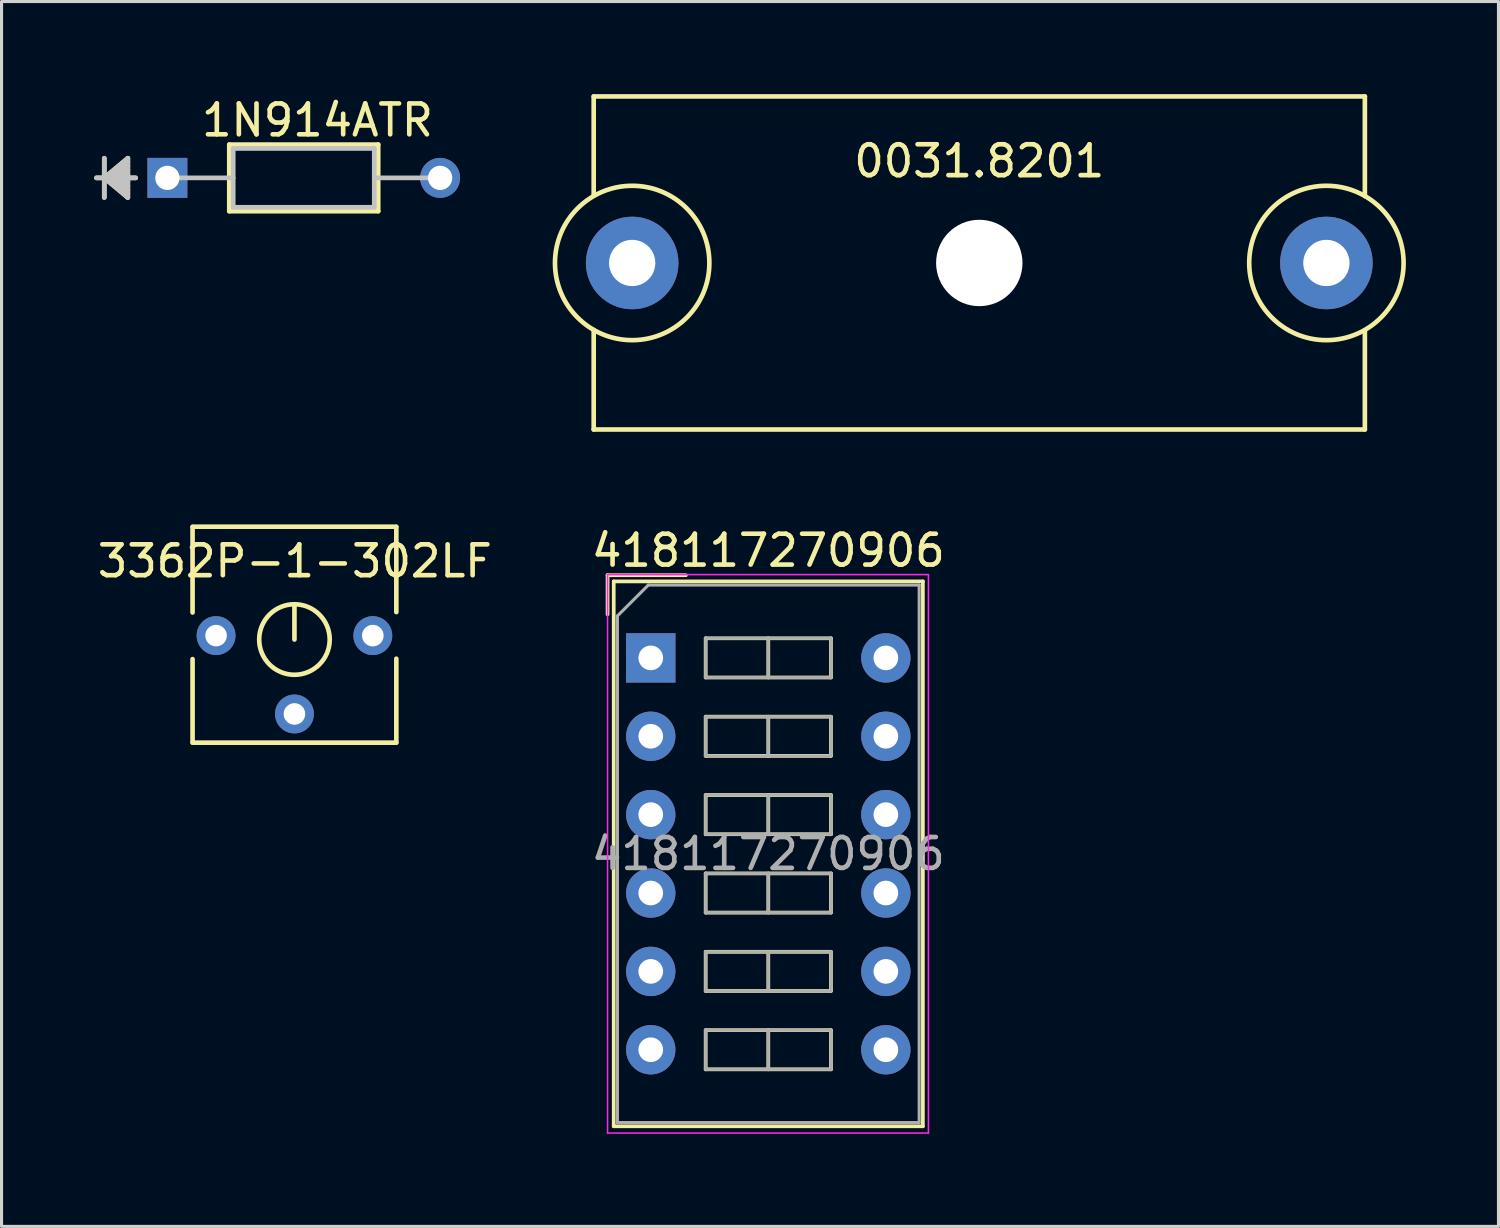
<source format=kicad_pcb>
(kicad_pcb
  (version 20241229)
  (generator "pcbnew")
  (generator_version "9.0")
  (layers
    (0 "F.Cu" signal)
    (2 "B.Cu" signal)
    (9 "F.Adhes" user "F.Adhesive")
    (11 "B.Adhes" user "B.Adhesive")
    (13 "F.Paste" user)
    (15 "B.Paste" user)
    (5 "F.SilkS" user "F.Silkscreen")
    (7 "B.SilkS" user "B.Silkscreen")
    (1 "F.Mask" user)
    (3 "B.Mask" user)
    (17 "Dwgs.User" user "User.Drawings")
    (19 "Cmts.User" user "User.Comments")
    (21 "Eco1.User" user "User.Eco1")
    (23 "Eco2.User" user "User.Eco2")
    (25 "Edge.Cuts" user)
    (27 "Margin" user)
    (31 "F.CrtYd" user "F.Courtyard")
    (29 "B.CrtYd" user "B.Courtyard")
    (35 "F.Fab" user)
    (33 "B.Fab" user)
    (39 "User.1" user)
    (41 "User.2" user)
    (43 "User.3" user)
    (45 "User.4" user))
  (footprint "0031.8201"
    (layer "F.Cu")
    (at 28.689 5.473)
    (property "Reference" "0031.8201" (at 0 -3.302 0) (layer "F.SilkS") (effects (font (size 1 1) (thickness 0.15))))
    (attr through_hole)
    (fp_line (start -12.497 -5.397) (end -12.497 -2.184) (stroke (width 0.15) (type solid)) (layer "F.SilkS"))
    (fp_line (start -12.497 -5.397) (end 12.497 -5.397) (stroke (width 0.15) (type solid)) (layer "F.SilkS"))
    (fp_line (start -12.497 5.397) (end -12.497 2.172) (stroke (width 0.15) (type solid)) (layer "F.SilkS"))
    (fp_line (start 12.497 -5.397) (end 12.497 -2.172) (stroke (width 0.15) (type solid)) (layer "F.SilkS"))
    (fp_line (start 12.497 5.397) (end -12.497 5.397) (stroke (width 0.15) (type solid)) (layer "F.SilkS"))
    (fp_line (start 12.497 5.397) (end 12.497 2.197) (stroke (width 0.15) (type solid)) (layer "F.SilkS"))
    (fp_circle (center -11.25 0) (end -11.25 2.502) (stroke (width 0.15) (type solid)) (fill no) (layer "F.SilkS"))
    (fp_circle (center 11.25 0) (end 11.25 2.502) (stroke (width 0.15) (type solid)) (fill no) (layer "F.SilkS"))
    (pad "" np_thru_hole circle (at 0 0) (size 2.8 2.8) (drill 2.8) (layers "*.Cu" "*.Mask"))
    (pad "1" thru_hole circle (at -11.25 0) (size 3 3) (drill 1.5) (layers "*.Cu" "*.Mask"))
    (pad "2" thru_hole circle (at 11.25 0) (size 3 3) (drill 1.5) (layers "*.Cu" "*.Mask")))
  (footprint "1N914ATR"
    (layer "F.Cu")
    (at 11.214 2.715)
    (property "Reference" "1N914ATR" (at -3.975 -1.867 0) (layer "F.SilkS") (effects (font (size 1 1) (thickness 0.15))))
    (attr through_hole)
    (fp_line (start -10.884 -0.635) (end -10.884 0.635) (stroke (width 0.152) (type solid)) (layer "F.SilkS"))
    (fp_line (start -10.884 0) (end -10.122 -0.635) (stroke (width 0.152) (type solid)) (layer "F.SilkS"))
    (fp_line (start -10.884 0) (end -10.122 -0.508) (stroke (width 0.152) (type solid)) (layer "F.SilkS"))
    (fp_line (start -10.884 0) (end -10.122 -0.381) (stroke (width 0.152) (type solid)) (layer "F.SilkS"))
    (fp_line (start -10.884 0) (end -10.122 -0.254) (stroke (width 0.152) (type solid)) (layer "F.SilkS"))
    (fp_line (start -10.884 0) (end -10.122 -0.127) (stroke (width 0.152) (type solid)) (layer "F.SilkS"))
    (fp_line (start -10.884 0) (end -10.122 0.127) (stroke (width 0.152) (type solid)) (layer "F.SilkS"))
    (fp_line (start -10.884 0) (end -10.122 0.254) (stroke (width 0.152) (type solid)) (layer "F.SilkS"))
    (fp_line (start -10.884 0) (end -10.122 0.381) (stroke (width 0.152) (type solid)) (layer "F.SilkS"))
    (fp_line (start -10.884 0) (end -10.122 0.508) (stroke (width 0.152) (type solid)) (layer "F.SilkS"))
    (fp_line (start -10.884 0) (end -10.122 0.635) (stroke (width 0.152) (type solid)) (layer "F.SilkS"))
    (fp_line (start -10.122 -0.635) (end -10.122 0.635) (stroke (width 0.152) (type solid)) (layer "F.SilkS"))
    (fp_line (start -9.868 0) (end -11.138 0) (stroke (width 0.152) (type solid)) (layer "F.SilkS"))
    (fp_line (start -6.833 -1.079) (end -6.833 1.079) (stroke (width 0.152) (type solid)) (layer "F.SilkS"))
    (fp_line (start -6.833 1.079) (end -2.007 1.079) (stroke (width 0.152) (type solid)) (layer "F.SilkS"))
    (fp_line (start -2.007 -1.079) (end -6.833 -1.079) (stroke (width 0.152) (type solid)) (layer "F.SilkS"))
    (fp_line (start -2.007 1.079) (end -2.007 -1.079) (stroke (width 0.152) (type solid)) (layer "F.SilkS"))
    (fp_line (start -10.884 -0.635) (end -10.884 0.635) (stroke (width 0.152) (type solid)) (layer "Dwgs.User"))
    (fp_line (start -10.884 0) (end -10.122 -0.635) (stroke (width 0.152) (type solid)) (layer "Dwgs.User"))
    (fp_line (start -10.884 0) (end -10.122 -0.508) (stroke (width 0.152) (type solid)) (layer "Dwgs.User"))
    (fp_line (start -10.884 0) (end -10.122 -0.381) (stroke (width 0.152) (type solid)) (layer "Dwgs.User"))
    (fp_line (start -10.884 0) (end -10.122 -0.254) (stroke (width 0.152) (type solid)) (layer "Dwgs.User"))
    (fp_line (start -10.884 0) (end -10.122 -0.127) (stroke (width 0.152) (type solid)) (layer "Dwgs.User"))
    (fp_line (start -10.884 0) (end -10.122 0.127) (stroke (width 0.152) (type solid)) (layer "Dwgs.User"))
    (fp_line (start -10.884 0) (end -10.122 0.254) (stroke (width 0.152) (type solid)) (layer "Dwgs.User"))
    (fp_line (start -10.884 0) (end -10.122 0.381) (stroke (width 0.152) (type solid)) (layer "Dwgs.User"))
    (fp_line (start -10.884 0) (end -10.122 0.508) (stroke (width 0.152) (type solid)) (layer "Dwgs.User"))
    (fp_line (start -10.884 0) (end -10.122 0.635) (stroke (width 0.152) (type solid)) (layer "Dwgs.User"))
    (fp_line (start -10.122 -0.635) (end -10.122 0.635) (stroke (width 0.152) (type solid)) (layer "Dwgs.User"))
    (fp_line (start -9.868 0) (end -11.138 0) (stroke (width 0.152) (type solid)) (layer "Dwgs.User"))
    (fp_line (start -8.839 0) (end -6.706 0) (stroke (width 0.152) (type solid)) (layer "Dwgs.User"))
    (fp_line (start -6.706 -0.953) (end -6.706 0.953) (stroke (width 0.152) (type solid)) (layer "Dwgs.User"))
    (fp_line (start -6.706 0.953) (end -2.134 0.953) (stroke (width 0.152) (type solid)) (layer "Dwgs.User"))
    (fp_line (start -2.134 -0.953) (end -6.706 -0.953) (stroke (width 0.152) (type solid)) (layer "Dwgs.User"))
    (fp_line (start -2.134 0.953) (end -2.134 -0.953) (stroke (width 0.152) (type solid)) (layer "Dwgs.User"))
    (fp_line (start 0 0) (end -2.134 0) (stroke (width 0.152) (type solid)) (layer "Dwgs.User"))
    (pad "1" thru_hole rect (at -8.839 0) (size 1.295 1.295) (drill 0.787) (layers "*.Cu" "*.Mask"))
    (pad "2" thru_hole circle (at 0 0) (size 1.295 1.295) (drill 0.787) (layers "*.Cu" "*.Mask")))
  (footprint "418117270906"
    (layer "F.Cu")
    (at 18.041 18.273)
    (property "Reference" "418117270906" (at 3.81 -3.48 0) (layer "F.SilkS") (effects (font (size 1 1) (thickness 0.15))))
    (attr through_hole)
    (fp_line (start -1.4 -2.68) (end -1.4 -1.41) (stroke (width 0.12) (type solid)) (layer "F.SilkS"))
    (fp_line (start -1.4 -2.68) (end 1.14 -2.68) (stroke (width 0.12) (type solid)) (layer "F.SilkS"))
    (fp_line (start -1.2 -2.48) (end 8.82 -2.48) (stroke (width 0.12) (type solid)) (layer "F.SilkS"))
    (fp_line (start -1.2 15.18) (end -1.2 -2.48) (stroke (width 0.12) (type solid)) (layer "F.SilkS"))
    (fp_line (start 1.78 -0.635) (end 1.78 0.635) (stroke (width 0.12) (type solid)) (layer "F.SilkS"))
    (fp_line (start 1.78 0.635) (end 5.84 0.635) (stroke (width 0.12) (type solid)) (layer "F.SilkS"))
    (fp_line (start 1.78 1.905) (end 1.78 3.175) (stroke (width 0.12) (type solid)) (layer "F.SilkS"))
    (fp_line (start 1.78 3.175) (end 5.84 3.175) (stroke (width 0.12) (type solid)) (layer "F.SilkS"))
    (fp_line (start 1.78 4.445) (end 1.78 5.715) (stroke (width 0.12) (type solid)) (layer "F.SilkS"))
    (fp_line (start 1.78 5.715) (end 5.84 5.715) (stroke (width 0.12) (type solid)) (layer "F.SilkS"))
    (fp_line (start 1.78 6.985) (end 1.78 8.255) (stroke (width 0.12) (type solid)) (layer "F.SilkS"))
    (fp_line (start 1.78 8.255) (end 5.84 8.255) (stroke (width 0.12) (type solid)) (layer "F.SilkS"))
    (fp_line (start 1.78 9.525) (end 1.78 10.795) (stroke (width 0.12) (type solid)) (layer "F.SilkS"))
    (fp_line (start 1.78 10.795) (end 5.84 10.795) (stroke (width 0.12) (type solid)) (layer "F.SilkS"))
    (fp_line (start 1.78 12.065) (end 1.78 13.335) (stroke (width 0.12) (type solid)) (layer "F.SilkS"))
    (fp_line (start 1.78 13.335) (end 5.84 13.335) (stroke (width 0.12) (type solid)) (layer "F.SilkS"))
    (fp_line (start 3.81 -0.635) (end 3.81 0.635) (stroke (width 0.12) (type solid)) (layer "F.SilkS"))
    (fp_line (start 3.81 1.905) (end 3.81 3.175) (stroke (width 0.12) (type solid)) (layer "F.SilkS"))
    (fp_line (start 3.81 4.445) (end 3.81 5.715) (stroke (width 0.12) (type solid)) (layer "F.SilkS"))
    (fp_line (start 3.81 6.985) (end 3.81 8.255) (stroke (width 0.12) (type solid)) (layer "F.SilkS"))
    (fp_line (start 3.81 9.525) (end 3.81 10.795) (stroke (width 0.12) (type solid)) (layer "F.SilkS"))
    (fp_line (start 3.81 12.065) (end 3.81 13.335) (stroke (width 0.12) (type solid)) (layer "F.SilkS"))
    (fp_line (start 5.84 -0.635) (end 1.78 -0.635) (stroke (width 0.12) (type solid)) (layer "F.SilkS"))
    (fp_line (start 5.84 0.635) (end 5.84 -0.635) (stroke (width 0.12) (type solid)) (layer "F.SilkS"))
    (fp_line (start 5.84 1.905) (end 1.78 1.905) (stroke (width 0.12) (type solid)) (layer "F.SilkS"))
    (fp_line (start 5.84 3.175) (end 5.84 1.905) (stroke (width 0.12) (type solid)) (layer "F.SilkS"))
    (fp_line (start 5.84 4.445) (end 1.78 4.445) (stroke (width 0.12) (type solid)) (layer "F.SilkS"))
    (fp_line (start 5.84 5.715) (end 5.84 4.445) (stroke (width 0.12) (type solid)) (layer "F.SilkS"))
    (fp_line (start 5.84 6.985) (end 1.78 6.985) (stroke (width 0.12) (type solid)) (layer "F.SilkS"))
    (fp_line (start 5.84 8.255) (end 5.84 6.985) (stroke (width 0.12) (type solid)) (layer "F.SilkS"))
    (fp_line (start 5.84 9.525) (end 1.78 9.525) (stroke (width 0.12) (type solid)) (layer "F.SilkS"))
    (fp_line (start 5.84 10.795) (end 5.84 9.525) (stroke (width 0.12) (type solid)) (layer "F.SilkS"))
    (fp_line (start 5.84 12.065) (end 1.78 12.065) (stroke (width 0.12) (type solid)) (layer "F.SilkS"))
    (fp_line (start 5.84 13.335) (end 5.84 12.065) (stroke (width 0.12) (type solid)) (layer "F.SilkS"))
    (fp_line (start 8.82 -2.48) (end 8.82 15.18) (stroke (width 0.12) (type solid)) (layer "F.SilkS"))
    (fp_line (start 8.82 15.18) (end -1.2 15.18) (stroke (width 0.12) (type solid)) (layer "F.SilkS"))
    (fp_line (start -1.4 -2.7) (end -1.4 15.4) (stroke (width 0.05) (type solid)) (layer "F.CrtYd"))
    (fp_line (start -1.4 15.4) (end 9 15.4) (stroke (width 0.05) (type solid)) (layer "F.CrtYd"))
    (fp_line (start 9 -2.7) (end -1.4 -2.7) (stroke (width 0.05) (type solid)) (layer "F.CrtYd"))
    (fp_line (start 9 15.4) (end 9 -2.7) (stroke (width 0.05) (type solid)) (layer "F.CrtYd"))
    (fp_line (start -1.08 -1.36) (end -0.08 -2.36) (stroke (width 0.1) (type solid)) (layer "F.Fab"))
    (fp_line (start -1.08 15.06) (end -1.08 -1.36) (stroke (width 0.1) (type solid)) (layer "F.Fab"))
    (fp_line (start -0.08 -2.36) (end 8.7 -2.36) (stroke (width 0.1) (type solid)) (layer "F.Fab"))
    (fp_line (start 1.78 -0.635) (end 1.78 0.635) (stroke (width 0.1) (type solid)) (layer "F.Fab"))
    (fp_line (start 1.78 0.635) (end 5.84 0.635) (stroke (width 0.1) (type solid)) (layer "F.Fab"))
    (fp_line (start 1.78 1.905) (end 1.78 3.175) (stroke (width 0.1) (type solid)) (layer "F.Fab"))
    (fp_line (start 1.78 3.175) (end 5.84 3.175) (stroke (width 0.1) (type solid)) (layer "F.Fab"))
    (fp_line (start 1.78 4.445) (end 1.78 5.715) (stroke (width 0.1) (type solid)) (layer "F.Fab"))
    (fp_line (start 1.78 5.715) (end 5.84 5.715) (stroke (width 0.1) (type solid)) (layer "F.Fab"))
    (fp_line (start 1.78 6.985) (end 1.78 8.255) (stroke (width 0.1) (type solid)) (layer "F.Fab"))
    (fp_line (start 1.78 8.255) (end 5.84 8.255) (stroke (width 0.1) (type solid)) (layer "F.Fab"))
    (fp_line (start 1.78 9.525) (end 1.78 10.795) (stroke (width 0.1) (type solid)) (layer "F.Fab"))
    (fp_line (start 1.78 10.795) (end 5.84 10.795) (stroke (width 0.1) (type solid)) (layer "F.Fab"))
    (fp_line (start 1.78 12.065) (end 1.78 13.335) (stroke (width 0.1) (type solid)) (layer "F.Fab"))
    (fp_line (start 1.78 13.335) (end 5.84 13.335) (stroke (width 0.1) (type solid)) (layer "F.Fab"))
    (fp_line (start 3.81 -0.635) (end 3.81 0.635) (stroke (width 0.1) (type solid)) (layer "F.Fab"))
    (fp_line (start 3.81 1.905) (end 3.81 3.175) (stroke (width 0.1) (type solid)) (layer "F.Fab"))
    (fp_line (start 3.81 4.445) (end 3.81 5.715) (stroke (width 0.1) (type solid)) (layer "F.Fab"))
    (fp_line (start 3.81 6.985) (end 3.81 8.255) (stroke (width 0.1) (type solid)) (layer "F.Fab"))
    (fp_line (start 3.81 9.525) (end 3.81 10.795) (stroke (width 0.1) (type solid)) (layer "F.Fab"))
    (fp_line (start 3.81 12.065) (end 3.81 13.335) (stroke (width 0.1) (type solid)) (layer "F.Fab"))
    (fp_line (start 5.84 -0.635) (end 1.78 -0.635) (stroke (width 0.1) (type solid)) (layer "F.Fab"))
    (fp_line (start 5.84 0.635) (end 5.84 -0.635) (stroke (width 0.1) (type solid)) (layer "F.Fab"))
    (fp_line (start 5.84 1.905) (end 1.78 1.905) (stroke (width 0.1) (type solid)) (layer "F.Fab"))
    (fp_line (start 5.84 3.175) (end 5.84 1.905) (stroke (width 0.1) (type solid)) (layer "F.Fab"))
    (fp_line (start 5.84 4.445) (end 1.78 4.445) (stroke (width 0.1) (type solid)) (layer "F.Fab"))
    (fp_line (start 5.84 5.715) (end 5.84 4.445) (stroke (width 0.1) (type solid)) (layer "F.Fab"))
    (fp_line (start 5.84 6.985) (end 1.78 6.985) (stroke (width 0.1) (type solid)) (layer "F.Fab"))
    (fp_line (start 5.84 8.255) (end 5.84 6.985) (stroke (width 0.1) (type solid)) (layer "F.Fab"))
    (fp_line (start 5.84 9.525) (end 1.78 9.525) (stroke (width 0.1) (type solid)) (layer "F.Fab"))
    (fp_line (start 5.84 10.795) (end 5.84 9.525) (stroke (width 0.1) (type solid)) (layer "F.Fab"))
    (fp_line (start 5.84 12.065) (end 1.78 12.065) (stroke (width 0.1) (type solid)) (layer "F.Fab"))
    (fp_line (start 5.84 13.335) (end 5.84 12.065) (stroke (width 0.1) (type solid)) (layer "F.Fab"))
    (fp_line (start 8.7 -2.36) (end 8.7 15.06) (stroke (width 0.1) (type solid)) (layer "F.Fab"))
    (fp_line (start 8.7 15.06) (end -1.08 15.06) (stroke (width 0.1) (type solid)) (layer "F.Fab"))
    (fp_text user "${REFERENCE}" (at 3.81 6.35 0) (layer "F.Fab") (effects (font (size 1 1) (thickness 0.15))))
    (pad "1" thru_hole rect (at 0 0) (size 1.6 1.6) (drill 0.8) (layers "*.Cu" "*.Mask"))
    (pad "2" thru_hole oval (at 0 2.54) (size 1.6 1.6) (drill 0.8) (layers "*.Cu" "*.Mask"))
    (pad "3" thru_hole oval (at 0 5.08) (size 1.6 1.6) (drill 0.8) (layers "*.Cu" "*.Mask"))
    (pad "4" thru_hole oval (at 0 7.62) (size 1.6 1.6) (drill 0.8) (layers "*.Cu" "*.Mask"))
    (pad "5" thru_hole oval (at 0 10.16) (size 1.6 1.6) (drill 0.8) (layers "*.Cu" "*.Mask"))
    (pad "6" thru_hole oval (at 0 12.7) (size 1.6 1.6) (drill 0.8) (layers "*.Cu" "*.Mask"))
    (pad "7" thru_hole oval (at 7.62 12.7) (size 1.6 1.6) (drill 0.8) (layers "*.Cu" "*.Mask"))
    (pad "8" thru_hole oval (at 7.62 10.16) (size 1.6 1.6) (drill 0.8) (layers "*.Cu" "*.Mask"))
    (pad "9" thru_hole oval (at 7.62 7.62) (size 1.6 1.6) (drill 0.8) (layers "*.Cu" "*.Mask"))
    (pad "10" thru_hole oval (at 7.62 5.08) (size 1.6 1.6) (drill 0.8) (layers "*.Cu" "*.Mask"))
    (pad "11" thru_hole oval (at 7.62 2.54) (size 1.6 1.6) (drill 0.8) (layers "*.Cu" "*.Mask"))
    (pad "12" thru_hole oval (at 7.62 0) (size 1.6 1.6) (drill 0.8) (layers "*.Cu" "*.Mask")))
  (footprint "3362P-1-302LF"
    (layer "F.Cu")
    (at 6.493 20.09)
    (property "Reference" "3362P-1-302LF" (at 0.013 -4.953 0) (layer "F.SilkS") (effects (font (size 1 1) (thickness 0.15))))
    (attr through_hole)
    (fp_line (start -3.302 -6.058) (end -3.302 -3.289) (stroke (width 0.15) (type solid)) (layer "F.SilkS"))
    (fp_line (start -3.302 0.927) (end -3.302 -1.778) (stroke (width 0.15) (type solid)) (layer "F.SilkS"))
    (fp_line (start 0 -2.413) (end 0 -3.518) (stroke (width 0.15) (type solid)) (layer "F.SilkS"))
    (fp_line (start 3.3 -6.07) (end -3.3 -6.07) (stroke (width 0.15) (type solid)) (layer "F.SilkS"))
    (fp_line (start 3.3 0.93) (end -3.3 0.93) (stroke (width 0.15) (type solid)) (layer "F.SilkS"))
    (fp_line (start 3.302 -6.058) (end 3.302 -3.302) (stroke (width 0.15) (type solid)) (layer "F.SilkS"))
    (fp_line (start 3.302 0.927) (end 3.302 -1.791) (stroke (width 0.15) (type solid)) (layer "F.SilkS"))
    (fp_circle (center 0 -2.413) (end 0 -3.556) (stroke (width 0.15) (type solid)) (fill no) (layer "F.SilkS"))
    (pad "1" thru_hole circle (at -2.54 -2.54) (size 1.26 1.26) (drill 0.7) (layers "*.Cu" "*.Mask"))
    (pad "2" thru_hole circle (at 0 0) (size 1.26 1.26) (drill 0.7) (layers "*.Cu" "*.Mask"))
    (pad "3" thru_hole circle (at 2.54 -2.54) (size 1.26 1.26) (drill 0.7) (layers "*.Cu" "*.Mask")))
  (gr_rect
    (start -3 -3)
    (end 45.516 36.698)
    (stroke (width 0.1) (type default))
    (fill no)
    (layer "Edge.Cuts")))
</source>
